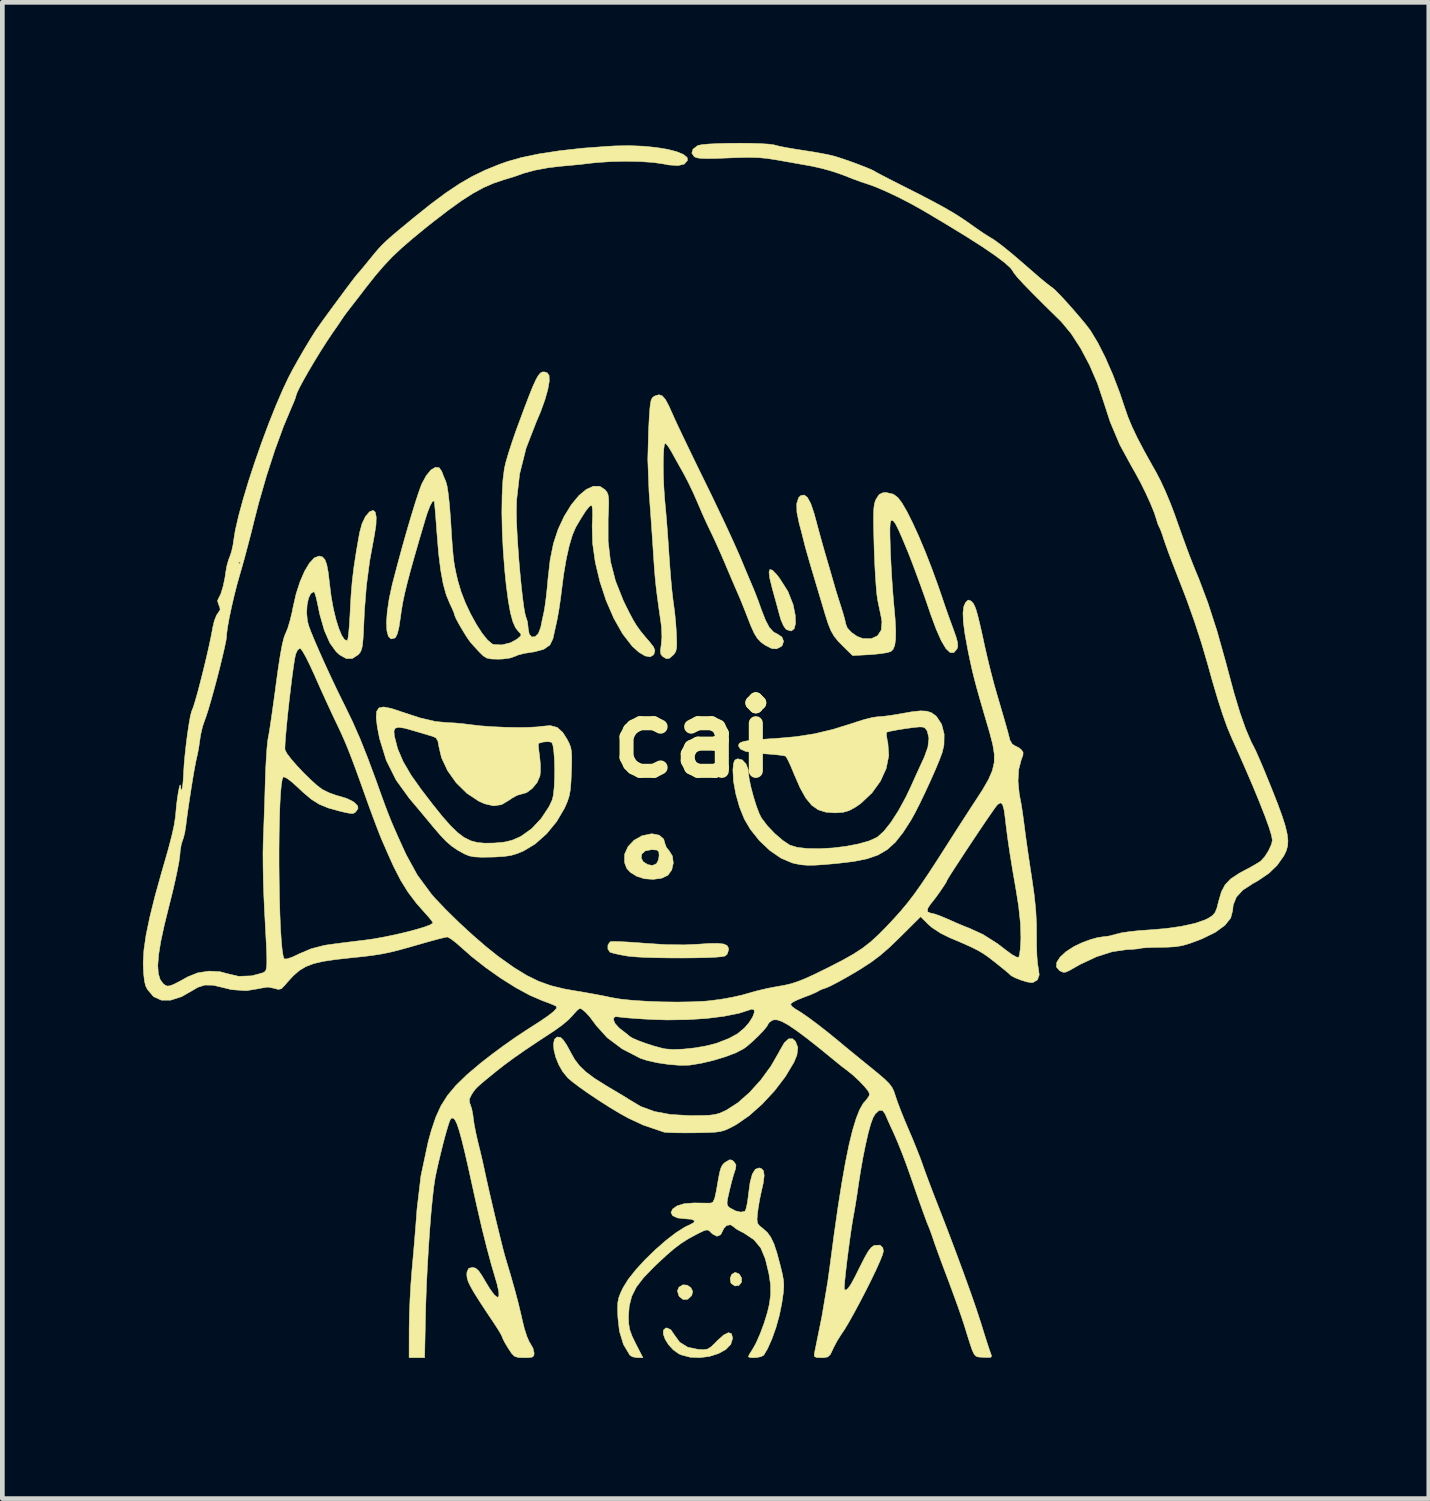
<source format=kicad_pcb>
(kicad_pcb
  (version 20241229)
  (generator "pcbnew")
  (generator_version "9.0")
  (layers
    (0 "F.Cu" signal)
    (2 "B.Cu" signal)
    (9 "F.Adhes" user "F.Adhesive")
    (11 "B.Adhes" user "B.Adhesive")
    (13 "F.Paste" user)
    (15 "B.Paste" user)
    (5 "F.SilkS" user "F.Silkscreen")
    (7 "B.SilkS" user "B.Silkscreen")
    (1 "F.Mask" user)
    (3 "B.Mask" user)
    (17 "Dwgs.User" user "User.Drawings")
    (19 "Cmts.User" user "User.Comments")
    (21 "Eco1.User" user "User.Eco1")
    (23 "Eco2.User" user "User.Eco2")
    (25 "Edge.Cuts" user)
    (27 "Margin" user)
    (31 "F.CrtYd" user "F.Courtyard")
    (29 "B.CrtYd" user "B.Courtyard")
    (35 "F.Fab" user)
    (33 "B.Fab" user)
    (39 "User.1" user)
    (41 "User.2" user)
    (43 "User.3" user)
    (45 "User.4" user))
  (footprint "cai"
    (layer "F.Cu")
    (at 11.731 12.705)
    (property "Reference" "cai" (at 0 0 0) (layer "F.SilkS") (effects (font (size 1.524 1.524) (thickness 0.3))))
    (attr through_hole)
    (fp_poly (pts (xy 0.99 11.424) (xy 1.039 11.509) (xy 1.038 11.597) (xy 0.981 11.668) (xy 0.897 11.678) (xy 0.821 11.628) (xy 0.809 11.609) (xy 0.794 11.516) (xy 0.829 11.43) (xy 0.899 11.388) (xy 0.907 11.388) (xy 0.99 11.424)) (stroke (width 0.01) (type solid)) (fill yes) (layer "F.SilkS"))
    (fp_poly (pts (xy -0.12 11.661) (xy -0.043 11.714) (xy -0.004 11.795) (xy -0.026 11.885) (xy -0.11 11.961) (xy -0.207 11.968) (xy -0.288 11.905) (xy -0.302 11.879) (xy -0.33 11.782) (xy -0.3 11.71) (xy -0.296 11.704) (xy -0.212 11.653) (xy -0.12 11.661)) (stroke (width 0.01) (type solid)) (fill yes) (layer "F.SilkS"))
    (fp_poly (pts (xy 1.7 -3.589) (xy 1.791 -3.493) (xy 1.848 -3.42) (xy 2.027 -3.139) (xy 2.138 -2.857) (xy 2.184 -2.629) (xy 2.19 -2.454) (xy 2.16 -2.341) (xy 2.097 -2.294) (xy 2.005 -2.321) (xy 1.98 -2.339) (xy 1.932 -2.408) (xy 1.88 -2.528) (xy 1.851 -2.625) (xy 1.809 -2.781) (xy 1.755 -2.979) (xy 1.699 -3.181) (xy 1.692 -3.208) (xy 1.64 -3.418) (xy 1.624 -3.551) (xy 1.644 -3.608) (xy 1.7 -3.589)) (stroke (width 0.01) (type solid)) (fill yes) (layer "F.SilkS"))
    (fp_poly (pts (xy -0.471 12.612) (xy -0.403 12.711) (xy -0.281 12.879) (xy -0.108 12.985) (xy 0.107 13.03) (xy 0.228 13.037) (xy 0.311 13.024) (xy 0.385 12.979) (xy 0.479 12.889) (xy 0.519 12.847) (xy 0.655 12.725) (xy 0.757 12.674) (xy 0.822 12.694) (xy 0.847 12.786) (xy 0.847 12.797) (xy 0.808 12.924) (xy 0.702 13.033) (xy 0.545 13.12) (xy 0.355 13.18) (xy 0.149 13.207) (xy -0.058 13.198) (xy -0.249 13.148) (xy -0.303 13.123) (xy -0.42 13.039) (xy -0.519 12.931) (xy -0.592 12.814) (xy -0.631 12.705) (xy -0.629 12.621) (xy -0.58 12.576) (xy -0.552 12.573) (xy -0.471 12.612)) (stroke (width 0.01) (type solid)) (fill yes) (layer "F.SilkS"))
    (fp_poly (pts (xy -1.566 4.332) (xy -1.383 4.341) (xy -1.164 4.356) (xy -1.028 4.367) (xy -0.573 4.396) (xy -0.181 4.401) (xy 0.097 4.388) (xy 0.353 4.371) (xy 0.536 4.369) (xy 0.657 4.383) (xy 0.727 4.414) (xy 0.758 4.466) (xy 0.762 4.505) (xy 0.734 4.596) (xy 0.688 4.639) (xy 0.612 4.654) (xy 0.467 4.666) (xy 0.268 4.674) (xy 0.03 4.679) (xy -0.232 4.681) (xy -0.503 4.68) (xy -0.767 4.676) (xy -1.009 4.669) (xy -1.214 4.658) (xy -1.367 4.644) (xy -1.398 4.64) (xy -1.559 4.611) (xy -1.689 4.582) (xy -1.764 4.559) (xy -1.769 4.557) (xy -1.814 4.489) (xy -1.812 4.402) (xy -1.767 4.338) (xy -1.758 4.334) (xy -1.696 4.329) (xy -1.566 4.332)) (stroke (width 0.01) (type solid)) (fill yes) (layer "F.SilkS"))
    (fp_poly (pts (xy -0.717 2.062) (xy -0.623 2.144) (xy -0.594 2.248) (xy -0.564 2.325) (xy -0.508 2.392) (xy -0.436 2.508) (xy -0.418 2.656) (xy -0.451 2.803) (xy -0.533 2.917) (xy -0.535 2.918) (xy -0.669 2.98) (xy -0.847 3.004) (xy -1.034 2.991) (xy -1.198 2.938) (xy -1.205 2.934) (xy -1.337 2.852) (xy -1.412 2.768) (xy -1.454 2.655) (xy -1.458 2.635) (xy -1.457 2.546) (xy -1.103 2.546) (xy -1.06 2.628) (xy -0.962 2.689) (xy -0.866 2.707) (xy -0.8 2.682) (xy -0.77 2.659) (xy -0.732 2.581) (xy -0.72 2.489) (xy -0.728 2.412) (xy -0.767 2.379) (xy -0.864 2.371) (xy -0.884 2.371) (xy -1.016 2.397) (xy -1.089 2.462) (xy -1.103 2.546) (xy -1.457 2.546) (xy -1.456 2.465) (xy -1.383 2.305) (xy -1.256 2.17) (xy -1.087 2.074) (xy -0.893 2.033) (xy -0.867 2.032) (xy -0.717 2.062)) (stroke (width 0.01) (type solid)) (fill yes) (layer "F.SilkS"))
    (fp_poly (pts (xy -2.823 6.374) (xy -2.77 6.424) (xy -2.698 6.528) (xy -2.622 6.666) (xy -2.618 6.675) (xy -2.526 6.84) (xy -2.419 6.981) (xy -2.283 7.112) (xy -2.103 7.246) (xy -1.864 7.397) (xy -1.792 7.44) (xy -1.631 7.535) (xy -1.495 7.617) (xy -1.402 7.674) (xy -1.373 7.693) (xy -1.114 7.848) (xy -0.819 7.956) (xy -0.476 8.02) (xy -0.07 8.043) (xy -0.024 8.043) (xy 0.197 8.041) (xy 0.356 8.035) (xy 0.472 8.02) (xy 0.569 7.993) (xy 0.667 7.95) (xy 0.723 7.922) (xy 0.963 7.767) (xy 1.211 7.548) (xy 1.45 7.283) (xy 1.665 6.989) (xy 1.841 6.683) (xy 1.852 6.66) (xy 1.95 6.491) (xy 2.042 6.406) (xy 2.128 6.405) (xy 2.188 6.459) (xy 2.239 6.59) (xy 2.219 6.753) (xy 2.155 6.908) (xy 1.973 7.211) (xy 1.742 7.514) (xy 1.479 7.797) (xy 1.203 8.043) (xy 0.933 8.23) (xy 0.889 8.255) (xy 0.776 8.314) (xy 0.683 8.355) (xy 0.59 8.382) (xy 0.478 8.397) (xy 0.326 8.405) (xy 0.116 8.409) (xy 0.042 8.411) (xy -0.176 8.412) (xy -0.369 8.41) (xy -0.518 8.405) (xy -0.606 8.398) (xy -0.614 8.397) (xy -1.061 8.245) (xy -1.376 8.098) (xy -1.557 7.998) (xy -1.77 7.87) (xy -1.996 7.726) (xy -2.218 7.578) (xy -2.418 7.437) (xy -2.577 7.317) (xy -2.667 7.239) (xy -2.775 7.109) (xy -2.862 6.956) (xy -2.926 6.797) (xy -2.964 6.643) (xy -2.973 6.511) (xy -2.952 6.414) (xy -2.897 6.366) (xy -2.823 6.374)) (stroke (width 0.01) (type solid)) (fill yes) (layer "F.SilkS"))
    (fp_poly (pts (xy -0.655 -7.312) (xy -0.586 -7.234) (xy -0.51 -7.091) (xy -0.444 -6.943) (xy -0.395 -6.834) (xy -0.315 -6.661) (xy -0.209 -6.438) (xy -0.083 -6.176) (xy 0.056 -5.888) (xy 0.203 -5.587) (xy 0.234 -5.524) (xy 0.39 -5.205) (xy 0.545 -4.881) (xy 0.693 -4.569) (xy 0.825 -4.284) (xy 0.934 -4.042) (xy 1.014 -3.859) (xy 1.017 -3.852) (xy 1.103 -3.645) (xy 1.183 -3.455) (xy 1.248 -3.302) (xy 1.289 -3.205) (xy 1.293 -3.196) (xy 1.334 -3.094) (xy 1.392 -2.943) (xy 1.453 -2.772) (xy 1.46 -2.752) (xy 1.549 -2.525) (xy 1.632 -2.369) (xy 1.72 -2.273) (xy 1.81 -2.226) (xy 1.899 -2.165) (xy 1.935 -2.076) (xy 1.908 -1.988) (xy 1.881 -1.961) (xy 1.784 -1.913) (xy 1.683 -1.92) (xy 1.552 -1.986) (xy 1.544 -1.99) (xy 1.451 -2.056) (xy 1.377 -2.134) (xy 1.31 -2.242) (xy 1.239 -2.398) (xy 1.167 -2.582) (xy 1.094 -2.769) (xy 1.018 -2.958) (xy 0.954 -3.108) (xy 0.952 -3.111) (xy 0.895 -3.243) (xy 0.817 -3.424) (xy 0.731 -3.626) (xy 0.68 -3.747) (xy 0.59 -3.955) (xy 0.496 -4.165) (xy 0.412 -4.346) (xy 0.375 -4.422) (xy 0.298 -4.584) (xy 0.206 -4.786) (xy 0.118 -4.991) (xy 0.099 -5.035) (xy 0.009 -5.24) (xy -0.094 -5.456) (xy -0.191 -5.642) (xy -0.207 -5.671) (xy -0.3 -5.836) (xy -0.39 -5.997) (xy -0.455 -6.116) (xy -0.519 -6.221) (xy -0.574 -6.289) (xy -0.59 -6.3) (xy -0.609 -6.267) (xy -0.622 -6.165) (xy -0.63 -6.008) (xy -0.632 -5.812) (xy -0.629 -5.59) (xy -0.619 -5.358) (xy -0.604 -5.131) (xy -0.592 -4.995) (xy -0.576 -4.826) (xy -0.557 -4.596) (xy -0.537 -4.331) (xy -0.518 -4.056) (xy -0.509 -3.916) (xy -0.49 -3.651) (xy -0.469 -3.391) (xy -0.447 -3.157) (xy -0.426 -2.974) (xy -0.416 -2.9) (xy -0.39 -2.708) (xy -0.367 -2.478) (xy -0.352 -2.256) (xy -0.351 -2.236) (xy -0.344 -2.054) (xy -0.348 -1.935) (xy -0.365 -1.859) (xy -0.398 -1.805) (xy -0.42 -1.781) (xy -0.502 -1.711) (xy -0.566 -1.703) (xy -0.642 -1.749) (xy -0.684 -1.799) (xy -0.693 -1.876) (xy -0.676 -1.996) (xy -0.661 -2.165) (xy -0.669 -2.367) (xy -0.68 -2.46) (xy -0.725 -2.774) (xy -0.76 -3.029) (xy -0.787 -3.25) (xy -0.808 -3.462) (xy -0.826 -3.69) (xy -0.844 -3.959) (xy -0.845 -3.979) (xy -0.865 -4.277) (xy -0.888 -4.61) (xy -0.912 -4.942) (xy -0.933 -5.23) (xy -0.935 -5.249) (xy -0.962 -5.953) (xy -0.946 -6.561) (xy -0.933 -6.818) (xy -0.921 -7.004) (xy -0.908 -7.131) (xy -0.892 -7.213) (xy -0.87 -7.262) (xy -0.84 -7.291) (xy -0.804 -7.311) (xy -0.725 -7.334) (xy -0.655 -7.312)) (stroke (width 0.01) (type solid)) (fill yes) (layer "F.SilkS"))
    (fp_poly (pts (xy 4.28 -5.211) (xy 4.374 -5.139) (xy 4.459 -5.027) (xy 4.565 -4.845) (xy 4.686 -4.604) (xy 4.818 -4.316) (xy 4.955 -3.99) (xy 5.092 -3.639) (xy 5.226 -3.273) (xy 5.312 -3.023) (xy 5.384 -2.81) (xy 5.469 -2.569) (xy 5.549 -2.351) (xy 5.552 -2.343) (xy 5.615 -2.165) (xy 5.647 -2.045) (xy 5.651 -1.965) (xy 5.633 -1.91) (xy 5.565 -1.832) (xy 5.487 -1.835) (xy 5.399 -1.918) (xy 5.3 -2.084) (xy 5.19 -2.332) (xy 5.068 -2.662) (xy 5.038 -2.752) (xy 4.956 -2.991) (xy 4.859 -3.262) (xy 4.757 -3.539) (xy 4.661 -3.795) (xy 4.579 -4.003) (xy 4.562 -4.043) (xy 4.463 -4.28) (xy 4.388 -4.449) (xy 4.334 -4.56) (xy 4.293 -4.624) (xy 4.261 -4.653) (xy 4.243 -4.657) (xy 4.222 -4.641) (xy 4.209 -4.587) (xy 4.203 -4.483) (xy 4.204 -4.32) (xy 4.211 -4.086) (xy 4.214 -3.99) (xy 4.227 -3.717) (xy 4.243 -3.433) (xy 4.261 -3.167) (xy 4.279 -2.948) (xy 4.283 -2.9) (xy 4.313 -2.569) (xy 4.327 -2.312) (xy 4.324 -2.121) (xy 4.306 -1.987) (xy 4.27 -1.901) (xy 4.221 -1.856) (xy 4.139 -1.832) (xy 3.998 -1.81) (xy 3.826 -1.793) (xy 3.77 -1.789) (xy 3.408 -1.77) (xy 3.228 -1.945) (xy 3.101 -2.074) (xy 3.011 -2.186) (xy 2.942 -2.307) (xy 2.881 -2.462) (xy 2.816 -2.668) (xy 2.759 -2.86) (xy 2.687 -3.099) (xy 2.612 -3.351) (xy 2.557 -3.535) (xy 2.495 -3.745) (xy 2.439 -3.939) (xy 2.395 -4.095) (xy 2.371 -4.191) (xy 2.34 -4.315) (xy 2.298 -4.478) (xy 2.267 -4.592) (xy 2.219 -4.827) (xy 2.215 -5.012) (xy 2.256 -5.139) (xy 2.299 -5.182) (xy 2.374 -5.196) (xy 2.444 -5.142) (xy 2.513 -5.016) (xy 2.583 -4.811) (xy 2.621 -4.672) (xy 2.679 -4.455) (xy 2.749 -4.201) (xy 2.819 -3.954) (xy 2.843 -3.873) (xy 2.901 -3.675) (xy 2.955 -3.488) (xy 2.998 -3.339) (xy 3.015 -3.281) (xy 3.052 -3.153) (xy 3.105 -2.983) (xy 3.161 -2.808) (xy 3.209 -2.653) (xy 3.244 -2.526) (xy 3.259 -2.452) (xy 3.26 -2.447) (xy 3.295 -2.358) (xy 3.385 -2.262) (xy 3.503 -2.18) (xy 3.623 -2.134) (xy 3.806 -2.131) (xy 3.94 -2.193) (xy 4.018 -2.314) (xy 4.033 -2.488) (xy 4.022 -2.564) (xy 3.993 -2.705) (xy 3.957 -2.878) (xy 3.94 -2.963) (xy 3.924 -3.077) (xy 3.908 -3.259) (xy 3.892 -3.49) (xy 3.878 -3.756) (xy 3.867 -4.038) (xy 3.866 -4.085) (xy 3.858 -4.388) (xy 3.853 -4.619) (xy 3.854 -4.79) (xy 3.86 -4.913) (xy 3.872 -5.001) (xy 3.89 -5.066) (xy 3.911 -5.112) (xy 3.976 -5.208) (xy 4.058 -5.245) (xy 4.123 -5.249) (xy 4.28 -5.211)) (stroke (width 0.01) (type solid)) (fill yes) (layer "F.SilkS"))
    (fp_poly (pts (xy -6.439 -0.644) (xy -6.214 -0.57) (xy -6.207 -0.567) (xy -5.819 -0.44) (xy -5.493 -0.364) (xy -5.236 -0.34) (xy -5.082 -0.333) (xy -4.891 -0.315) (xy -4.749 -0.297) (xy -4.534 -0.272) (xy -4.28 -0.253) (xy -4.01 -0.241) (xy -3.745 -0.236) (xy -3.506 -0.239) (xy -3.318 -0.249) (xy -3.239 -0.26) (xy -3.043 -0.277) (xy -2.896 -0.238) (xy -2.778 -0.133) (xy -2.689 0.006) (xy -2.639 0.102) (xy -2.607 0.185) (xy -2.59 0.277) (xy -2.584 0.399) (xy -2.586 0.571) (xy -2.591 0.712) (xy -2.601 0.936) (xy -2.615 1.099) (xy -2.639 1.227) (xy -2.676 1.342) (xy -2.732 1.471) (xy -2.737 1.482) (xy -2.905 1.769) (xy -3.121 2.032) (xy -3.365 2.249) (xy -3.607 2.395) (xy -3.75 2.455) (xy -3.879 2.493) (xy -4.026 2.515) (xy -4.218 2.527) (xy -4.297 2.529) (xy -4.511 2.532) (xy -4.663 2.524) (xy -4.773 2.503) (xy -4.864 2.466) (xy -4.868 2.464) (xy -5.019 2.381) (xy -5.145 2.295) (xy -5.264 2.192) (xy -5.395 2.054) (xy -5.556 1.866) (xy -5.572 1.846) (xy -5.716 1.672) (xy -5.858 1.502) (xy -5.979 1.358) (xy -6.047 1.278) (xy -6.329 0.889) (xy -6.54 0.467) (xy -6.684 0.001) (xy -6.715 -0.158) (xy -6.377 -0.158) (xy -6.368 -0.053) (xy -6.298 0.218) (xy -6.181 0.491) (xy -6.011 0.782) (xy -5.797 1.084) (xy -5.553 1.402) (xy -5.348 1.658) (xy -5.173 1.857) (xy -5.02 2.006) (xy -4.879 2.111) (xy -4.741 2.18) (xy -4.598 2.218) (xy -4.44 2.232) (xy -4.259 2.229) (xy -4.226 2.228) (xy -4.022 2.209) (xy -3.862 2.171) (xy -3.705 2.104) (xy -3.655 2.077) (xy -3.438 1.922) (xy -3.237 1.707) (xy -3.071 1.457) (xy -3.002 1.312) (xy -2.977 1.209) (xy -2.96 1.052) (xy -2.951 0.863) (xy -2.948 0.659) (xy -2.953 0.46) (xy -2.966 0.285) (xy -2.984 0.153) (xy -3.01 0.083) (xy -3.015 0.079) (xy -3.088 0.066) (xy -3.193 0.074) (xy -3.28 0.099) (xy -3.295 0.108) (xy -3.296 0.153) (xy -3.286 0.257) (xy -3.269 0.384) (xy -3.253 0.553) (xy -3.253 0.713) (xy -3.263 0.8) (xy -3.323 0.938) (xy -3.426 1.064) (xy -3.548 1.154) (xy -3.657 1.185) (xy -3.749 1.211) (xy -3.866 1.276) (xy -3.916 1.312) (xy -4.081 1.41) (xy -4.251 1.436) (xy -4.444 1.391) (xy -4.567 1.336) (xy -4.821 1.168) (xy -5.048 0.945) (xy -5.233 0.685) (xy -5.363 0.408) (xy -5.418 0.174) (xy -5.441 0.05) (xy -5.482 -0.015) (xy -5.546 -0.045) (xy -5.638 -0.072) (xy -5.781 -0.115) (xy -5.947 -0.164) (xy -5.961 -0.168) (xy -6.155 -0.222) (xy -6.282 -0.24) (xy -6.352 -0.219) (xy -6.377 -0.158) (xy -6.715 -0.158) (xy -6.732 -0.245) (xy -6.756 -0.445) (xy -6.747 -0.579) (xy -6.697 -0.654) (xy -6.597 -0.674) (xy -6.439 -0.644)) (stroke (width 0.01) (type solid)) (fill yes) (layer "F.SilkS"))
    (fp_poly (pts (xy 4.99 -0.584) (xy 5.091 -0.55) (xy 5.176 -0.489) (xy 5.201 -0.465) (xy 5.307 -0.303) (xy 5.36 -0.094) (xy 5.356 0.138) (xy 5.319 0.296) (xy 5.262 0.45) (xy 5.176 0.657) (xy 5.071 0.895) (xy 4.956 1.144) (xy 4.842 1.382) (xy 4.738 1.586) (xy 4.655 1.736) (xy 4.655 1.737) (xy 4.483 2.004) (xy 4.319 2.212) (xy 4.147 2.368) (xy 3.952 2.483) (xy 3.72 2.564) (xy 3.434 2.622) (xy 3.079 2.664) (xy 3.069 2.665) (xy 2.8 2.689) (xy 2.596 2.702) (xy 2.439 2.703) (xy 2.31 2.693) (xy 2.189 2.67) (xy 2.115 2.652) (xy 1.882 2.553) (xy 1.644 2.39) (xy 1.418 2.177) (xy 1.224 1.933) (xy 1.097 1.716) (xy 0.995 1.463) (xy 0.916 1.183) (xy 0.866 0.91) (xy 0.854 0.673) (xy 0.855 0.653) (xy 0.868 0.525) (xy 0.896 0.459) (xy 0.947 0.434) (xy 0.959 0.432) (xy 1.054 0.456) (xy 1.134 0.542) (xy 1.18 0.665) (xy 1.185 0.721) (xy 1.2 0.854) (xy 1.238 1.037) (xy 1.292 1.241) (xy 1.354 1.439) (xy 1.416 1.603) (xy 1.461 1.692) (xy 1.587 1.859) (xy 1.748 2.028) (xy 1.919 2.175) (xy 2.07 2.274) (xy 2.229 2.322) (xy 2.448 2.346) (xy 2.708 2.349) (xy 2.989 2.333) (xy 3.272 2.298) (xy 3.536 2.247) (xy 3.762 2.183) (xy 3.929 2.106) (xy 3.938 2.1) (xy 4.073 1.979) (xy 4.224 1.789) (xy 4.383 1.543) (xy 4.542 1.252) (xy 4.654 1.016) (xy 4.743 0.818) (xy 4.832 0.623) (xy 4.907 0.46) (xy 4.936 0.398) (xy 5.013 0.183) (xy 5.035 -0.007) (xy 5 -0.158) (xy 4.98 -0.189) (xy 4.948 -0.226) (xy 4.904 -0.245) (xy 4.83 -0.248) (xy 4.708 -0.236) (xy 4.534 -0.212) (xy 4.363 -0.185) (xy 4.227 -0.159) (xy 4.144 -0.138) (xy 4.13 -0.131) (xy 4.129 -0.077) (xy 4.145 0.029) (xy 4.16 0.098) (xy 4.179 0.363) (xy 4.124 0.638) (xy 4.001 0.909) (xy 3.819 1.161) (xy 3.584 1.382) (xy 3.475 1.459) (xy 3.336 1.536) (xy 3.205 1.574) (xy 3.036 1.585) (xy 3.027 1.585) (xy 2.833 1.57) (xy 2.671 1.519) (xy 2.533 1.421) (xy 2.408 1.269) (xy 2.287 1.052) (xy 2.16 0.761) (xy 2.155 0.748) (xy 2.089 0.59) (xy 2.03 0.463) (xy 1.988 0.388) (xy 1.979 0.376) (xy 1.922 0.363) (xy 1.802 0.348) (xy 1.639 0.333) (xy 1.546 0.327) (xy 1.292 0.305) (xy 1.117 0.271) (xy 1.013 0.223) (xy 0.974 0.161) (xy 0.974 0.151) (xy 0.984 0.113) (xy 1.021 0.082) (xy 1.096 0.059) (xy 1.22 0.039) (xy 1.404 0.022) (xy 1.658 0.004) (xy 1.757 -0.002) (xy 2.195 -0.04) (xy 2.596 -0.102) (xy 2.993 -0.197) (xy 3.42 -0.33) (xy 3.502 -0.358) (xy 3.673 -0.411) (xy 3.833 -0.45) (xy 3.949 -0.466) (xy 3.954 -0.466) (xy 4.066 -0.474) (xy 4.229 -0.495) (xy 4.409 -0.525) (xy 4.431 -0.529) (xy 4.676 -0.572) (xy 4.857 -0.591) (xy 4.99 -0.584)) (stroke (width 0.01) (type solid)) (fill yes) (layer "F.SilkS"))
    (fp_poly (pts (xy 0.836 8.994) (xy 0.877 9.029) (xy 0.92 9.097) (xy 0.909 9.183) (xy 0.898 9.215) (xy 0.865 9.316) (xy 0.823 9.467) (xy 0.781 9.637) (xy 0.78 9.643) (xy 0.744 9.801) (xy 0.729 9.898) (xy 0.735 9.954) (xy 0.762 9.991) (xy 0.788 10.011) (xy 0.906 10.075) (xy 1.022 10.102) (xy 1.106 10.086) (xy 1.114 10.079) (xy 1.138 10.018) (xy 1.163 9.898) (xy 1.184 9.743) (xy 1.185 9.728) (xy 1.22 9.469) (xy 1.268 9.29) (xy 1.332 9.188) (xy 1.413 9.159) (xy 1.457 9.17) (xy 1.506 9.219) (xy 1.521 9.322) (xy 1.5 9.487) (xy 1.464 9.646) (xy 1.424 9.832) (xy 1.391 10.033) (xy 1.38 10.118) (xy 1.368 10.253) (xy 1.378 10.335) (xy 1.419 10.393) (xy 1.497 10.455) (xy 1.588 10.536) (xy 1.662 10.639) (xy 1.729 10.78) (xy 1.793 10.973) (xy 1.863 11.235) (xy 1.866 11.247) (xy 1.909 11.425) (xy 1.933 11.558) (xy 1.94 11.676) (xy 1.931 11.809) (xy 1.906 11.986) (xy 1.895 12.056) (xy 1.845 12.303) (xy 1.773 12.562) (xy 1.686 12.808) (xy 1.593 13.017) (xy 1.511 13.155) (xy 1.455 13.185) (xy 1.363 13.204) (xy 1.266 13.209) (xy 1.198 13.198) (xy 1.185 13.183) (xy 1.207 13.134) (xy 1.26 13.05) (xy 1.264 13.045) (xy 1.345 12.902) (xy 1.433 12.703) (xy 1.518 12.475) (xy 1.589 12.245) (xy 1.632 12.065) (xy 1.659 11.858) (xy 1.657 11.651) (xy 1.622 11.418) (xy 1.554 11.136) (xy 1.541 11.09) (xy 1.448 10.867) (xy 1.302 10.691) (xy 1.088 10.548) (xy 1.03 10.519) (xy 0.931 10.465) (xy 0.871 10.418) (xy 0.867 10.413) (xy 0.802 10.372) (xy 0.72 10.388) (xy 0.659 10.451) (xy 0.653 10.467) (xy 0.594 10.583) (xy 0.515 10.618) (xy 0.42 10.57) (xy 0.39 10.541) (xy 0.345 10.497) (xy 0.301 10.482) (xy 0.236 10.499) (xy 0.127 10.551) (xy 0.067 10.582) (xy -0.099 10.672) (xy -0.249 10.767) (xy -0.401 10.882) (xy -0.571 11.028) (xy -0.777 11.22) (xy -0.831 11.272) (xy -1.051 11.499) (xy -1.206 11.701) (xy -1.305 11.898) (xy -1.358 12.107) (xy -1.374 12.324) (xy -1.369 12.484) (xy -1.346 12.615) (xy -1.296 12.752) (xy -1.221 12.906) (xy -1.066 13.208) (xy -1.184 13.208) (xy -1.286 13.19) (xy -1.344 13.155) (xy -1.481 12.926) (xy -1.567 12.643) (xy -1.6 12.35) (xy -1.607 12.164) (xy -1.602 12.032) (xy -1.58 11.924) (xy -1.536 11.811) (xy -1.489 11.714) (xy -1.38 11.538) (xy -1.219 11.335) (xy -1.021 11.119) (xy -0.801 10.905) (xy -0.575 10.707) (xy -0.358 10.54) (xy -0.166 10.419) (xy -0.074 10.376) (xy 0.02 10.326) (xy 0.034 10.284) (xy -0.03 10.255) (xy -0.161 10.245) (xy -0.326 10.227) (xy -0.43 10.18) (xy -0.467 10.113) (xy -0.431 10.036) (xy -0.335 9.968) (xy -0.18 9.921) (xy 0.034 9.906) (xy 0.056 9.907) (xy 0.207 9.909) (xy 0.33 9.91) (xy 0.387 9.909) (xy 0.431 9.884) (xy 0.466 9.805) (xy 0.498 9.658) (xy 0.505 9.62) (xy 0.542 9.404) (xy 0.571 9.255) (xy 0.599 9.158) (xy 0.63 9.097) (xy 0.669 9.056) (xy 0.705 9.03) (xy 0.784 8.986) (xy 0.836 8.994)) (stroke (width 0.01) (type solid)) (fill yes) (layer "F.SilkS"))
    (fp_poly (pts (xy -3.161 -7.82) (xy -3.108 -7.803) (xy -3.108 -7.803) (xy -3.067 -7.745) (xy -3.064 -7.621) (xy -3.095 -7.444) (xy -3.158 -7.223) (xy -3.25 -6.968) (xy -3.342 -6.752) (xy -3.558 -6.195) (xy -3.696 -5.645) (xy -3.76 -5.087) (xy -3.766 -4.838) (xy -3.762 -4.628) (xy -3.75 -4.376) (xy -3.733 -4.099) (xy -3.712 -3.808) (xy -3.687 -3.52) (xy -3.66 -3.247) (xy -3.633 -3.003) (xy -3.606 -2.803) (xy -3.581 -2.661) (xy -3.562 -2.593) (xy -3.528 -2.489) (xy -3.514 -2.358) (xy -3.514 -2.351) (xy -3.491 -2.226) (xy -3.436 -2.167) (xy -3.366 -2.173) (xy -3.297 -2.24) (xy -3.247 -2.368) (xy -3.244 -2.382) (xy -3.218 -2.512) (xy -3.184 -2.668) (xy -3.175 -2.709) (xy -3.155 -2.829) (xy -3.131 -3.007) (xy -3.108 -3.219) (xy -3.091 -3.408) (xy -3.045 -3.814) (xy -2.975 -4.16) (xy -2.874 -4.467) (xy -2.746 -4.74) (xy -2.593 -4.988) (xy -2.433 -5.182) (xy -2.274 -5.315) (xy -2.122 -5.383) (xy -1.985 -5.381) (xy -1.876 -5.31) (xy -1.837 -5.263) (xy -1.812 -5.21) (xy -1.799 -5.136) (xy -1.795 -5.023) (xy -1.8 -4.855) (xy -1.808 -4.689) (xy -1.808 -4.212) (xy -1.758 -3.778) (xy -1.651 -3.362) (xy -1.482 -2.937) (xy -1.367 -2.704) (xy -1.278 -2.537) (xy -1.201 -2.409) (xy -1.117 -2.292) (xy -1.006 -2.157) (xy -0.921 -2.059) (xy -0.838 -1.952) (xy -0.81 -1.876) (xy -0.83 -1.804) (xy -0.843 -1.783) (xy -0.913 -1.742) (xy -1.02 -1.763) (xy -1.151 -1.841) (xy -1.293 -1.968) (xy -1.298 -1.974) (xy -1.501 -2.237) (xy -1.687 -2.566) (xy -1.85 -2.942) (xy -1.983 -3.346) (xy -2.082 -3.759) (xy -2.139 -4.162) (xy -2.149 -4.538) (xy -2.146 -4.597) (xy -2.139 -4.765) (xy -2.142 -4.895) (xy -2.154 -4.967) (xy -2.16 -4.975) (xy -2.205 -4.954) (xy -2.283 -4.859) (xy -2.391 -4.691) (xy -2.502 -4.501) (xy -2.57 -4.341) (xy -2.638 -4.113) (xy -2.701 -3.832) (xy -2.755 -3.514) (xy -2.794 -3.217) (xy -2.822 -2.994) (xy -2.855 -2.768) (xy -2.889 -2.573) (xy -2.904 -2.498) (xy -2.939 -2.34) (xy -2.969 -2.204) (xy -2.986 -2.128) (xy -3.051 -1.995) (xy -3.183 -1.903) (xy -3.385 -1.849) (xy -3.444 -1.841) (xy -3.599 -1.816) (xy -3.733 -1.781) (xy -3.798 -1.753) (xy -3.898 -1.718) (xy -4.05 -1.697) (xy -4.152 -1.693) (xy -4.3 -1.697) (xy -4.397 -1.717) (xy -4.474 -1.765) (xy -4.565 -1.855) (xy -4.566 -1.857) (xy -4.663 -1.962) (xy -4.739 -2.048) (xy -4.764 -2.079) (xy -4.832 -2.178) (xy -4.91 -2.305) (xy -4.986 -2.435) (xy -5.047 -2.547) (xy -5.078 -2.617) (xy -5.08 -2.627) (xy -5.098 -2.686) (xy -5.144 -2.793) (xy -5.182 -2.872) (xy -5.261 -3.062) (xy -5.327 -3.299) (xy -5.38 -3.592) (xy -5.425 -3.951) (xy -5.46 -4.38) (xy -5.477 -4.609) (xy -5.492 -4.807) (xy -5.506 -4.958) (xy -5.516 -5.049) (xy -5.52 -5.069) (xy -5.556 -5.056) (xy -5.605 -4.969) (xy -5.665 -4.815) (xy -5.708 -4.678) (xy -5.836 -4.245) (xy -5.941 -3.881) (xy -6.026 -3.577) (xy -6.093 -3.322) (xy -6.146 -3.106) (xy -6.186 -2.916) (xy -6.216 -2.744) (xy -6.238 -2.586) (xy -6.27 -2.374) (xy -6.304 -2.236) (xy -6.342 -2.159) (xy -6.361 -2.143) (xy -6.44 -2.125) (xy -6.496 -2.18) (xy -6.528 -2.301) (xy -6.536 -2.479) (xy -6.52 -2.707) (xy -6.48 -2.977) (xy -6.415 -3.28) (xy -6.393 -3.365) (xy -6.296 -3.734) (xy -6.197 -4.098) (xy -6.099 -4.443) (xy -6.006 -4.758) (xy -5.922 -5.032) (xy -5.85 -5.251) (xy -5.795 -5.404) (xy -5.781 -5.437) (xy -5.686 -5.612) (xy -5.587 -5.73) (xy -5.492 -5.787) (xy -5.412 -5.778) (xy -5.356 -5.697) (xy -5.352 -5.684) (xy -5.318 -5.593) (xy -5.27 -5.482) (xy -5.244 -5.388) (xy -5.218 -5.22) (xy -5.193 -4.989) (xy -5.171 -4.707) (xy -5.165 -4.614) (xy -5.147 -4.324) (xy -5.131 -4.101) (xy -5.116 -3.928) (xy -5.1 -3.787) (xy -5.08 -3.662) (xy -5.054 -3.534) (xy -5.02 -3.388) (xy -5.01 -3.349) (xy -4.944 -3.127) (xy -4.852 -2.892) (xy -4.741 -2.657) (xy -4.62 -2.438) (xy -4.498 -2.248) (xy -4.383 -2.104) (xy -4.283 -2.02) (xy -4.251 -2.006) (xy -4.076 -1.998) (xy -3.889 -2.044) (xy -3.749 -2.122) (xy -3.677 -2.184) (xy -3.666 -2.225) (xy -3.711 -2.274) (xy -3.717 -2.28) (xy -3.784 -2.364) (xy -3.842 -2.497) (xy -3.893 -2.687) (xy -3.938 -2.94) (xy -3.981 -3.264) (xy -4.011 -3.556) (xy -4.045 -3.988) (xy -4.067 -4.414) (xy -4.075 -4.821) (xy -4.07 -5.191) (xy -4.053 -5.509) (xy -4.022 -5.759) (xy -4.021 -5.762) (xy -3.99 -5.895) (xy -3.934 -6.087) (xy -3.86 -6.316) (xy -3.775 -6.563) (xy -3.721 -6.71) (xy -3.597 -7.044) (xy -3.497 -7.306) (xy -3.417 -7.505) (xy -3.352 -7.648) (xy -3.299 -7.743) (xy -3.252 -7.798) (xy -3.208 -7.821) (xy -3.161 -7.82)) (stroke (width 0.01) (type solid)) (fill yes) (layer "F.SilkS"))
    (fp_poly (pts (xy 1.238 -12.698) (xy 1.449 -12.691) (xy 1.62 -12.68) (xy 1.731 -12.665) (xy 1.752 -12.659) (xy 1.837 -12.637) (xy 1.983 -12.608) (xy 2.169 -12.576) (xy 2.337 -12.55) (xy 2.555 -12.516) (xy 2.765 -12.479) (xy 2.939 -12.443) (xy 3.027 -12.421) (xy 3.175 -12.374) (xy 3.35 -12.314) (xy 3.529 -12.248) (xy 3.692 -12.185) (xy 3.815 -12.133) (xy 3.876 -12.101) (xy 3.928 -12.071) (xy 4.041 -12.011) (xy 4.202 -11.928) (xy 4.396 -11.829) (xy 4.511 -11.771) (xy 4.855 -11.597) (xy 5.134 -11.451) (xy 5.364 -11.326) (xy 5.555 -11.215) (xy 5.723 -11.109) (xy 5.879 -11.003) (xy 5.933 -10.964) (xy 6.079 -10.861) (xy 6.21 -10.772) (xy 6.302 -10.714) (xy 6.314 -10.707) (xy 6.435 -10.632) (xy 6.598 -10.511) (xy 6.807 -10.342) (xy 7.067 -10.119) (xy 7.26 -9.951) (xy 7.404 -9.826) (xy 7.536 -9.718) (xy 7.635 -9.641) (xy 7.662 -9.623) (xy 7.726 -9.568) (xy 7.829 -9.464) (xy 7.958 -9.325) (xy 8.099 -9.167) (xy 8.238 -9.006) (xy 8.363 -8.857) (xy 8.457 -8.735) (xy 8.483 -8.7) (xy 8.638 -8.443) (xy 8.8 -8.123) (xy 8.959 -7.759) (xy 9.108 -7.368) (xy 9.208 -7.07) (xy 9.278 -6.867) (xy 9.367 -6.653) (xy 9.481 -6.413) (xy 9.628 -6.133) (xy 9.813 -5.801) (xy 9.88 -5.683) (xy 9.975 -5.501) (xy 10.082 -5.269) (xy 10.187 -5.017) (xy 10.272 -4.794) (xy 10.378 -4.494) (xy 10.463 -4.257) (xy 10.533 -4.065) (xy 10.595 -3.899) (xy 10.656 -3.743) (xy 10.722 -3.579) (xy 10.792 -3.411) (xy 10.987 -2.893) (xy 11.18 -2.296) (xy 11.368 -1.626) (xy 11.406 -1.482) (xy 11.542 -0.977) (xy 11.67 -0.552) (xy 11.792 -0.205) (xy 11.909 0.069) (xy 11.974 0.193) (xy 12.009 0.266) (xy 12.067 0.396) (xy 12.139 0.563) (xy 12.187 0.677) (xy 12.346 1.067) (xy 12.473 1.389) (xy 12.569 1.651) (xy 12.637 1.863) (xy 12.677 2.034) (xy 12.694 2.173) (xy 12.687 2.289) (xy 12.66 2.39) (xy 12.615 2.485) (xy 12.604 2.505) (xy 12.464 2.704) (xy 12.29 2.872) (xy 12.063 3.027) (xy 11.948 3.092) (xy 11.732 3.232) (xy 11.594 3.382) (xy 11.526 3.551) (xy 11.515 3.667) (xy 11.473 3.828) (xy 11.349 3.984) (xy 11.147 4.132) (xy 10.868 4.269) (xy 10.798 4.297) (xy 10.598 4.371) (xy 10.441 4.417) (xy 10.293 4.441) (xy 10.12 4.451) (xy 9.994 4.453) (xy 9.816 4.456) (xy 9.67 4.462) (xy 9.578 4.469) (xy 9.557 4.474) (xy 9.501 4.485) (xy 9.385 4.496) (xy 9.239 4.504) (xy 8.942 4.548) (xy 8.612 4.654) (xy 8.267 4.815) (xy 8.158 4.876) (xy 8.031 4.949) (xy 7.952 4.984) (xy 7.896 4.985) (xy 7.839 4.96) (xy 7.821 4.95) (xy 7.756 4.875) (xy 7.761 4.777) (xy 7.831 4.665) (xy 7.957 4.548) (xy 8.132 4.435) (xy 8.312 4.35) (xy 8.475 4.29) (xy 8.626 4.248) (xy 8.732 4.231) (xy 8.865 4.215) (xy 9.013 4.178) (xy 9.034 4.171) (xy 9.144 4.144) (xy 9.314 4.119) (xy 9.518 4.097) (xy 9.691 4.085) (xy 10.076 4.054) (xy 10.419 4.006) (xy 10.706 3.943) (xy 10.926 3.868) (xy 10.991 3.836) (xy 11.081 3.778) (xy 11.138 3.714) (xy 11.178 3.618) (xy 11.217 3.463) (xy 11.218 3.462) (xy 11.275 3.267) (xy 11.355 3.117) (xy 11.474 2.993) (xy 11.65 2.876) (xy 11.769 2.812) (xy 11.915 2.734) (xy 12.037 2.663) (xy 12.111 2.616) (xy 12.113 2.614) (xy 12.201 2.518) (xy 12.284 2.386) (xy 12.344 2.253) (xy 12.361 2.168) (xy 12.343 2.065) (xy 12.29 1.892) (xy 12.204 1.654) (xy 12.087 1.357) (xy 11.943 1.007) (xy 11.772 0.61) (xy 11.578 0.171) (xy 11.491 -0.021) (xy 11.399 -0.242) (xy 11.302 -0.513) (xy 11.196 -0.842) (xy 11.079 -1.238) (xy 10.984 -1.58) (xy 10.854 -2.024) (xy 10.699 -2.5) (xy 10.534 -2.963) (xy 10.431 -3.231) (xy 10.329 -3.491) (xy 10.233 -3.739) (xy 10.15 -3.957) (xy 10.087 -4.132) (xy 10.048 -4.245) (xy 10.045 -4.255) (xy 10.003 -4.383) (xy 9.965 -4.48) (xy 9.95 -4.508) (xy 9.918 -4.578) (xy 9.888 -4.678) (xy 9.842 -4.819) (xy 9.763 -5.012) (xy 9.662 -5.235) (xy 9.547 -5.467) (xy 9.428 -5.686) (xy 9.366 -5.793) (xy 9.108 -6.266) (xy 8.902 -6.754) (xy 8.763 -7.182) (xy 8.63 -7.578) (xy 8.463 -7.965) (xy 8.273 -8.324) (xy 8.07 -8.638) (xy 7.863 -8.888) (xy 7.832 -8.919) (xy 7.511 -9.234) (xy 7.252 -9.493) (xy 7.055 -9.695) (xy 6.921 -9.841) (xy 6.849 -9.931) (xy 6.837 -9.953) (xy 6.779 -10.036) (xy 6.65 -10.153) (xy 6.449 -10.304) (xy 6.176 -10.491) (xy 5.829 -10.712) (xy 5.407 -10.97) (xy 4.911 -11.265) (xy 4.646 -11.413) (xy 4.37 -11.555) (xy 4.106 -11.679) (xy 3.875 -11.777) (xy 3.73 -11.828) (xy 3.594 -11.873) (xy 3.416 -11.938) (xy 3.231 -12.01) (xy 3.207 -12.02) (xy 2.998 -12.093) (xy 2.755 -12.162) (xy 2.527 -12.213) (xy 2.508 -12.216) (xy 2.276 -12.257) (xy 2.015 -12.303) (xy 1.779 -12.345) (xy 1.766 -12.347) (xy 1.579 -12.376) (xy 1.391 -12.393) (xy 1.178 -12.398) (xy 0.917 -12.392) (xy 0.75 -12.385) (xy 0.487 -12.375) (xy 0.296 -12.372) (xy 0.165 -12.377) (xy 0.08 -12.39) (xy 0.03 -12.412) (xy 0.029 -12.413) (xy -0.023 -12.489) (xy 0.002 -12.572) (xy 0.098 -12.646) (xy 0.11 -12.652) (xy 0.191 -12.669) (xy 0.339 -12.683) (xy 0.536 -12.692) (xy 0.763 -12.698) (xy 1.003 -12.7) (xy 1.238 -12.698)) (stroke (width 0.01) (type solid)) (fill yes) (layer "F.SilkS"))
    (fp_poly (pts (xy -1.053 -12.636) (xy -0.781 -12.609) (xy -0.541 -12.57) (xy -0.344 -12.519) (xy -0.201 -12.46) (xy -0.122 -12.395) (xy -0.114 -12.334) (xy -0.183 -12.255) (xy -0.315 -12.223) (xy -0.513 -12.236) (xy -0.622 -12.257) (xy -0.84 -12.289) (xy -1.116 -12.308) (xy -1.425 -12.315) (xy -1.742 -12.308) (xy -2.042 -12.288) (xy -2.159 -12.276) (xy -2.371 -12.251) (xy -2.613 -12.227) (xy -2.815 -12.209) (xy -3.095 -12.176) (xy -3.371 -12.124) (xy -3.611 -12.059) (xy -3.704 -12.025) (xy -3.789 -11.995) (xy -3.924 -11.953) (xy -4.043 -11.917) (xy -4.256 -11.845) (xy -4.469 -11.752) (xy -4.692 -11.63) (xy -4.937 -11.473) (xy -5.215 -11.273) (xy -5.538 -11.025) (xy -5.694 -10.901) (xy -5.979 -10.667) (xy -6.213 -10.465) (xy -6.412 -10.278) (xy -6.593 -10.086) (xy -6.775 -9.874) (xy -6.973 -9.624) (xy -7.027 -9.553) (xy -7.153 -9.389) (xy -7.263 -9.247) (xy -7.345 -9.141) (xy -7.387 -9.087) (xy -7.387 -9.087) (xy -7.448 -9.004) (xy -7.472 -8.968) (xy -7.517 -8.901) (xy -7.593 -8.788) (xy -7.686 -8.655) (xy -7.688 -8.652) (xy -7.808 -8.473) (xy -7.938 -8.27) (xy -8.069 -8.056) (xy -8.194 -7.845) (xy -8.304 -7.651) (xy -8.392 -7.488) (xy -8.448 -7.369) (xy -8.467 -7.311) (xy -8.483 -7.255) (xy -8.524 -7.152) (xy -8.549 -7.096) (xy -8.734 -6.656) (xy -8.918 -6.153) (xy -9.096 -5.604) (xy -9.261 -5.031) (xy -9.357 -4.657) (xy -9.425 -4.382) (xy -9.498 -4.103) (xy -9.567 -3.843) (xy -9.628 -3.627) (xy -9.658 -3.523) (xy -9.721 -3.301) (xy -9.784 -3.055) (xy -9.842 -2.804) (xy -9.892 -2.568) (xy -9.928 -2.366) (xy -9.947 -2.218) (xy -9.948 -2.18) (xy -9.959 -2.094) (xy -9.99 -1.944) (xy -10.036 -1.746) (xy -10.092 -1.515) (xy -10.155 -1.269) (xy -10.221 -1.024) (xy -10.285 -0.796) (xy -10.342 -0.602) (xy -10.389 -0.458) (xy -10.411 -0.399) (xy -10.46 -0.257) (xy -10.501 -0.08) (xy -10.517 0.024) (xy -10.54 0.185) (xy -10.567 0.332) (xy -10.584 0.402) (xy -10.604 0.495) (xy -10.634 0.652) (xy -10.669 0.856) (xy -10.706 1.088) (xy -10.743 1.328) (xy -10.777 1.559) (xy -10.804 1.761) (xy -10.816 1.859) (xy -10.839 2.006) (xy -10.87 2.128) (xy -10.888 2.174) (xy -10.915 2.263) (xy -10.937 2.4) (xy -10.945 2.495) (xy -10.96 2.61) (xy -10.993 2.789) (xy -11.041 3.016) (xy -11.1 3.272) (xy -11.167 3.541) (xy -11.17 3.551) (xy -11.275 3.975) (xy -11.351 4.326) (xy -11.397 4.611) (xy -11.415 4.837) (xy -11.404 5.011) (xy -11.365 5.14) (xy -11.299 5.23) (xy -11.257 5.262) (xy -11.213 5.28) (xy -11.157 5.275) (xy -11.073 5.243) (xy -10.946 5.178) (xy -10.774 5.082) (xy -10.562 4.998) (xy -10.32 4.961) (xy -10.085 4.974) (xy -9.95 5.011) (xy -9.69 5.072) (xy -9.415 5.062) (xy -9.25 5.019) (xy -9.199 5.004) (xy -9.159 4.991) (xy -9.128 4.971) (xy -9.107 4.935) (xy -9.094 4.874) (xy -9.089 4.78) (xy -9.09 4.642) (xy -9.097 4.452) (xy -9.11 4.2) (xy -9.127 3.878) (xy -9.139 3.662) (xy -9.153 3.348) (xy -9.164 3.023) (xy -9.169 2.711) (xy -9.171 2.436) (xy -9.169 2.363) (xy -8.829 2.363) (xy -8.829 2.714) (xy -8.825 3.067) (xy -8.819 3.41) (xy -8.81 3.734) (xy -8.798 4.028) (xy -8.782 4.282) (xy -8.764 4.485) (xy -8.743 4.627) (xy -8.72 4.698) (xy -8.715 4.702) (xy -8.655 4.699) (xy -8.545 4.662) (xy -8.409 4.598) (xy -8.402 4.594) (xy -8.142 4.484) (xy -7.868 4.413) (xy -7.848 4.409) (xy -7.689 4.386) (xy -7.474 4.358) (xy -7.233 4.328) (xy -7.006 4.301) (xy -6.802 4.272) (xy -6.575 4.231) (xy -6.34 4.182) (xy -6.11 4.128) (xy -5.902 4.073) (xy -5.729 4.021) (xy -5.606 3.975) (xy -5.548 3.939) (xy -5.546 3.932) (xy -5.572 3.887) (xy -5.639 3.805) (xy -5.678 3.762) (xy -5.898 3.513) (xy -6.078 3.275) (xy -6.235 3.021) (xy -6.386 2.726) (xy -6.479 2.519) (xy -6.516 2.436) (xy -6.572 2.307) (xy -6.628 2.18) (xy -6.682 2.049) (xy -6.755 1.859) (xy -6.84 1.633) (xy -6.928 1.392) (xy -6.964 1.291) (xy -7.09 0.939) (xy -7.193 0.654) (xy -7.28 0.421) (xy -7.356 0.227) (xy -7.426 0.058) (xy -7.496 -0.1) (xy -7.571 -0.261) (xy -7.609 -0.339) (xy -7.7 -0.532) (xy -7.812 -0.774) (xy -7.931 -1.036) (xy -8.045 -1.291) (xy -8.063 -1.333) (xy -8.165 -1.556) (xy -8.254 -1.736) (xy -8.325 -1.861) (xy -8.372 -1.922) (xy -8.381 -1.926) (xy -8.432 -1.89) (xy -8.473 -1.802) (xy -8.474 -1.799) (xy -8.495 -1.698) (xy -8.52 -1.535) (xy -8.549 -1.325) (xy -8.579 -1.082) (xy -8.61 -0.823) (xy -8.639 -0.562) (xy -8.664 -0.313) (xy -8.684 -0.093) (xy -8.698 0.084) (xy -8.703 0.203) (xy -8.7 0.244) (xy -8.658 0.323) (xy -8.567 0.442) (xy -8.442 0.585) (xy -8.298 0.737) (xy -8.15 0.882) (xy -8.014 1.004) (xy -7.906 1.085) (xy -7.764 1.156) (xy -7.596 1.216) (xy -7.533 1.232) (xy -7.386 1.277) (xy -7.258 1.339) (xy -7.217 1.369) (xy -7.15 1.438) (xy -7.144 1.491) (xy -7.175 1.541) (xy -7.21 1.581) (xy -7.253 1.599) (xy -7.323 1.595) (xy -7.441 1.571) (xy -7.544 1.546) (xy -7.781 1.48) (xy -7.97 1.402) (xy -8.139 1.296) (xy -8.317 1.146) (xy -8.414 1.054) (xy -8.547 0.933) (xy -8.655 0.85) (xy -8.726 0.817) (xy -8.737 0.818) (xy -8.76 0.868) (xy -8.78 0.992) (xy -8.797 1.181) (xy -8.81 1.422) (xy -8.819 1.707) (xy -8.826 2.024) (xy -8.829 2.363) (xy -9.169 2.363) (xy -9.167 2.219) (xy -9.166 2.201) (xy -9.157 1.97) (xy -9.147 1.683) (xy -9.136 1.371) (xy -9.127 1.063) (xy -9.123 0.922) (xy -9.114 0.664) (xy -9.101 0.422) (xy -9.087 0.215) (xy -9.072 0.061) (xy -9.061 -0.01) (xy -9.043 -0.104) (xy -9.017 -0.268) (xy -8.985 -0.485) (xy -8.949 -0.742) (xy -8.91 -1.023) (xy -8.894 -1.147) (xy -8.845 -1.505) (xy -8.801 -1.786) (xy -8.762 -1.997) (xy -8.726 -2.145) (xy -8.692 -2.238) (xy -8.686 -2.248) (xy -8.642 -2.354) (xy -8.594 -2.516) (xy -8.548 -2.706) (xy -8.531 -2.794) (xy -8.465 -3.085) (xy -8.38 -3.347) (xy -8.283 -3.571) (xy -8.18 -3.743) (xy -8.075 -3.855) (xy -7.975 -3.893) (xy -7.972 -3.893) (xy -7.903 -3.875) (xy -7.851 -3.82) (xy -7.811 -3.715) (xy -7.78 -3.55) (xy -7.752 -3.314) (xy -7.748 -3.279) (xy -7.715 -3.019) (xy -7.669 -2.769) (xy -7.614 -2.541) (xy -7.553 -2.347) (xy -7.491 -2.199) (xy -7.431 -2.109) (xy -7.377 -2.09) (xy -7.371 -2.093) (xy -7.357 -2.14) (xy -7.342 -2.257) (xy -7.328 -2.428) (xy -7.315 -2.637) (xy -7.31 -2.74) (xy -7.292 -3.063) (xy -7.267 -3.364) (xy -7.23 -3.667) (xy -7.179 -3.999) (xy -7.111 -4.386) (xy -7.108 -4.4) (xy -7.057 -4.587) (xy -6.984 -4.738) (xy -6.898 -4.838) (xy -6.822 -4.868) (xy -6.776 -4.83) (xy -6.755 -4.723) (xy -6.76 -4.559) (xy -6.792 -4.351) (xy -6.895 -3.789) (xy -6.964 -3.263) (xy -7.006 -2.733) (xy -7.015 -2.542) (xy -7.026 -2.291) (xy -7.037 -2.11) (xy -7.05 -1.985) (xy -7.068 -1.902) (xy -7.093 -1.845) (xy -7.127 -1.802) (xy -7.138 -1.79) (xy -7.262 -1.708) (xy -7.392 -1.705) (xy -7.534 -1.784) (xy -7.609 -1.852) (xy -7.744 -2.038) (xy -7.861 -2.305) (xy -7.961 -2.654) (xy -8.005 -2.868) (xy -8.035 -3.004) (xy -8.065 -3.1) (xy -8.086 -3.133) (xy -8.151 -3.094) (xy -8.2 -2.992) (xy -8.23 -2.848) (xy -8.239 -2.68) (xy -8.223 -2.511) (xy -8.198 -2.413) (xy -8.149 -2.281) (xy -8.07 -2.089) (xy -7.968 -1.854) (xy -7.851 -1.592) (xy -7.725 -1.319) (xy -7.598 -1.051) (xy -7.478 -0.805) (xy -7.414 -0.677) (xy -7.257 -0.352) (xy -7.1 0.004) (xy -6.939 0.409) (xy -6.764 0.879) (xy -6.753 0.91) (xy -6.653 1.19) (xy -6.573 1.409) (xy -6.505 1.589) (xy -6.442 1.748) (xy -6.374 1.907) (xy -6.295 2.086) (xy -6.196 2.305) (xy -6.114 2.483) (xy -5.879 2.911) (xy -5.582 3.314) (xy -5.504 3.404) (xy -5.266 3.654) (xy -4.99 3.924) (xy -4.697 4.194) (xy -4.41 4.442) (xy -4.152 4.648) (xy -4.125 4.667) (xy -3.817 4.886) (xy -3.545 5.053) (xy -3.29 5.178) (xy -3.03 5.271) (xy -2.743 5.341) (xy -2.54 5.377) (xy -2.306 5.416) (xy -2.073 5.458) (xy -1.869 5.497) (xy -1.736 5.526) (xy -1.544 5.558) (xy -1.287 5.585) (xy -0.986 5.604) (xy -0.661 5.617) (xy -0.33 5.621) (xy -0.016 5.616) (xy 0.264 5.602) (xy 0.36 5.593) (xy 0.593 5.563) (xy 0.835 5.52) (xy 1.05 5.472) (xy 1.143 5.445) (xy 1.355 5.385) (xy 1.596 5.328) (xy 1.799 5.29) (xy 1.958 5.262) (xy 2.099 5.229) (xy 2.24 5.183) (xy 2.4 5.119) (xy 2.595 5.03) (xy 2.843 4.908) (xy 2.9 4.88) (xy 3.193 4.729) (xy 3.427 4.597) (xy 3.621 4.471) (xy 3.793 4.337) (xy 3.962 4.182) (xy 4.108 4.035) (xy 4.284 3.848) (xy 4.439 3.675) (xy 4.477 3.629) (xy 5.006 3.629) (xy 5.008 3.698) (xy 5.075 3.725) (xy 5.079 3.725) (xy 5.157 3.742) (xy 5.285 3.788) (xy 5.436 3.851) (xy 5.449 3.857) (xy 5.619 3.933) (xy 5.783 4.002) (xy 5.904 4.049) (xy 6.19 4.18) (xy 6.497 4.375) (xy 6.684 4.518) (xy 6.809 4.61) (xy 6.904 4.662) (xy 6.951 4.666) (xy 6.968 4.609) (xy 6.984 4.489) (xy 6.994 4.328) (xy 6.997 4.251) (xy 6.988 3.944) (xy 6.948 3.571) (xy 6.895 3.239) (xy 6.82 2.804) (xy 6.761 2.438) (xy 6.715 2.125) (xy 6.68 1.853) (xy 6.664 1.709) (xy 6.638 1.52) (xy 6.607 1.409) (xy 6.565 1.371) (xy 6.51 1.4) (xy 6.474 1.439) (xy 6.423 1.509) (xy 6.338 1.631) (xy 6.227 1.793) (xy 6.1 1.982) (xy 5.964 2.185) (xy 5.827 2.392) (xy 5.698 2.589) (xy 5.584 2.763) (xy 5.494 2.903) (xy 5.436 2.997) (xy 5.419 3.03) (xy 5.396 3.078) (xy 5.336 3.17) (xy 5.256 3.287) (xy 5.17 3.405) (xy 5.094 3.503) (xy 5.069 3.531) (xy 5.006 3.629) (xy 4.477 3.629) (xy 4.583 3.502) (xy 4.725 3.316) (xy 4.875 3.104) (xy 5.044 2.853) (xy 5.241 2.55) (xy 5.356 2.37) (xy 5.513 2.124) (xy 5.665 1.886) (xy 5.803 1.673) (xy 5.916 1.498) (xy 5.996 1.375) (xy 6.01 1.355) (xy 6.183 1.088) (xy 6.308 0.87) (xy 6.388 0.684) (xy 6.428 0.51) (xy 6.429 0.33) (xy 6.397 0.127) (xy 6.333 -0.118) (xy 6.306 -0.212) (xy 6.203 -0.563) (xy 6.12 -0.849) (xy 6.054 -1.084) (xy 6.001 -1.284) (xy 5.957 -1.464) (xy 5.918 -1.638) (xy 5.879 -1.823) (xy 5.863 -1.905) (xy 5.803 -2.234) (xy 5.769 -2.491) (xy 5.762 -2.684) (xy 5.78 -2.82) (xy 5.816 -2.901) (xy 5.871 -2.955) (xy 5.925 -2.939) (xy 5.943 -2.925) (xy 5.976 -2.89) (xy 6.008 -2.835) (xy 6.04 -2.751) (xy 6.076 -2.625) (xy 6.12 -2.446) (xy 6.175 -2.204) (xy 6.221 -1.99) (xy 6.281 -1.727) (xy 6.35 -1.444) (xy 6.42 -1.176) (xy 6.477 -0.974) (xy 6.579 -0.626) (xy 6.658 -0.355) (xy 6.715 -0.153) (xy 6.751 -0.016) (xy 6.762 0.03) (xy 6.811 0.116) (xy 6.862 0.15) (xy 6.961 0.201) (xy 7.005 0.238) (xy 7.043 0.289) (xy 7.042 0.351) (xy 7.003 0.456) (xy 7.003 0.458) (xy 6.951 0.658) (xy 6.936 0.906) (xy 6.961 1.172) (xy 6.976 1.254) (xy 7.002 1.391) (xy 7.032 1.58) (xy 7.06 1.786) (xy 7.07 1.863) (xy 7.094 2.05) (xy 7.128 2.294) (xy 7.168 2.568) (xy 7.21 2.847) (xy 7.228 2.963) (xy 7.281 3.334) (xy 7.314 3.654) (xy 7.33 3.954) (xy 7.331 4.212) (xy 7.332 4.433) (xy 7.339 4.634) (xy 7.352 4.795) (xy 7.368 4.894) (xy 7.369 4.898) (xy 7.388 5.042) (xy 7.349 5.149) (xy 7.259 5.203) (xy 7.222 5.207) (xy 7.127 5.192) (xy 7.002 5.154) (xy 6.88 5.106) (xy 6.792 5.06) (xy 6.773 5.043) (xy 6.733 5.006) (xy 6.642 4.93) (xy 6.517 4.829) (xy 6.453 4.778) (xy 6.323 4.676) (xy 6.208 4.595) (xy 6.088 4.523) (xy 5.947 4.452) (xy 5.766 4.37) (xy 5.528 4.269) (xy 5.482 4.25) (xy 5.28 4.15) (xy 5.101 4.032) (xy 5.022 3.964) (xy 4.858 3.8) (xy 4.408 4.247) (xy 4.187 4.46) (xy 3.992 4.629) (xy 3.796 4.775) (xy 3.572 4.92) (xy 3.45 4.994) (xy 3.256 5.106) (xy 3.08 5.203) (xy 2.939 5.276) (xy 2.849 5.316) (xy 2.836 5.32) (xy 2.735 5.355) (xy 2.68 5.385) (xy 2.616 5.419) (xy 2.498 5.47) (xy 2.365 5.52) (xy 2.228 5.575) (xy 2.127 5.627) (xy 2.085 5.663) (xy 2.108 5.711) (xy 2.185 5.769) (xy 2.204 5.78) (xy 2.315 5.848) (xy 2.476 5.96) (xy 2.669 6.104) (xy 2.879 6.268) (xy 3.09 6.44) (xy 3.109 6.456) (xy 3.218 6.547) (xy 3.374 6.675) (xy 3.557 6.825) (xy 3.748 6.98) (xy 3.781 7.006) (xy 3.967 7.159) (xy 4.099 7.273) (xy 4.188 7.362) (xy 4.246 7.439) (xy 4.285 7.517) (xy 4.317 7.611) (xy 4.319 7.62) (xy 4.365 7.755) (xy 4.436 7.941) (xy 4.52 8.15) (xy 4.592 8.319) (xy 4.684 8.534) (xy 4.773 8.754) (xy 4.849 8.947) (xy 4.89 9.059) (xy 4.941 9.205) (xy 5.015 9.405) (xy 5.101 9.632) (xy 5.19 9.863) (xy 5.199 9.885) (xy 5.404 10.413) (xy 5.594 10.914) (xy 5.765 11.376) (xy 5.915 11.791) (xy 6.04 12.15) (xy 6.136 12.443) (xy 6.157 12.509) (xy 6.22 12.713) (xy 6.278 12.895) (xy 6.324 13.035) (xy 6.352 13.114) (xy 6.353 13.115) (xy 6.372 13.174) (xy 6.353 13.201) (xy 6.279 13.204) (xy 6.197 13.2) (xy 6.125 13.196) (xy 6.071 13.19) (xy 6.029 13.168) (xy 5.993 13.121) (xy 5.955 13.036) (xy 5.91 12.903) (xy 5.849 12.71) (xy 5.787 12.509) (xy 5.733 12.346) (xy 5.658 12.128) (xy 5.568 11.881) (xy 5.475 11.628) (xy 5.442 11.54) (xy 5.354 11.307) (xy 5.272 11.087) (xy 5.203 10.897) (xy 5.153 10.758) (xy 5.139 10.715) (xy 5.093 10.579) (xy 5.051 10.466) (xy 5.039 10.435) (xy 4.99 10.315) (xy 4.917 10.116) (xy 4.818 9.84) (xy 4.696 9.489) (xy 4.632 9.305) (xy 4.547 9.067) (xy 4.454 8.822) (xy 4.364 8.6) (xy 4.294 8.437) (xy 4.218 8.273) (xy 4.153 8.128) (xy 4.109 8.026) (xy 4.102 8.009) (xy 4.045 7.933) (xy 3.97 7.934) (xy 3.891 8.007) (xy 3.844 8.086) (xy 3.796 8.215) (xy 3.741 8.412) (xy 3.684 8.662) (xy 3.626 8.948) (xy 3.573 9.253) (xy 3.534 9.504) (xy 3.503 9.716) (xy 3.47 9.926) (xy 3.44 10.101) (xy 3.429 10.16) (xy 3.403 10.31) (xy 3.373 10.503) (xy 3.342 10.724) (xy 3.311 10.956) (xy 3.282 11.185) (xy 3.258 11.395) (xy 3.24 11.57) (xy 3.231 11.694) (xy 3.231 11.753) (xy 3.232 11.755) (xy 3.267 11.765) (xy 3.313 11.727) (xy 3.376 11.634) (xy 3.461 11.477) (xy 3.559 11.279) (xy 3.663 11.074) (xy 3.742 10.936) (xy 3.807 10.854) (xy 3.863 10.816) (xy 3.874 10.812) (xy 3.991 10.806) (xy 4.052 10.863) (xy 4.064 10.94) (xy 4.044 11.015) (xy 3.99 11.149) (xy 3.909 11.33) (xy 3.807 11.543) (xy 3.692 11.773) (xy 3.57 12.008) (xy 3.449 12.234) (xy 3.337 12.435) (xy 3.239 12.6) (xy 3.171 12.701) (xy 3.083 12.839) (xy 3 12.995) (xy 2.986 13.028) (xy 2.932 13.139) (xy 2.878 13.191) (xy 2.794 13.207) (xy 2.74 13.208) (xy 2.634 13.203) (xy 2.591 13.179) (xy 2.591 13.123) (xy 2.593 13.113) (xy 2.752 12.329) (xy 2.877 11.584) (xy 2.919 11.282) (xy 3.009 10.603) (xy 3.094 10.005) (xy 3.176 9.485) (xy 3.255 9.038) (xy 3.332 8.661) (xy 3.408 8.35) (xy 3.484 8.102) (xy 3.559 7.913) (xy 3.636 7.779) (xy 3.701 7.707) (xy 3.757 7.627) (xy 3.768 7.579) (xy 3.738 7.517) (xy 3.658 7.419) (xy 3.546 7.302) (xy 3.419 7.183) (xy 3.291 7.08) (xy 3.269 7.063) (xy 3.191 7.005) (xy 3.079 6.915) (xy 3.002 6.852) (xy 2.682 6.591) (xy 2.418 6.383) (xy 2.204 6.224) (xy 2.035 6.11) (xy 1.902 6.037) (xy 1.802 6.002) (xy 1.727 6) (xy 1.692 6.012) (xy 1.625 6.059) (xy 1.608 6.087) (xy 1.577 6.143) (xy 1.499 6.237) (xy 1.39 6.35) (xy 1.269 6.465) (xy 1.153 6.565) (xy 1.077 6.62) (xy 0.915 6.704) (xy 0.694 6.788) (xy 0.442 6.864) (xy 0.183 6.926) (xy -0.055 6.965) (xy -0.085 6.968) (xy -0.276 6.971) (xy -0.509 6.953) (xy -0.75 6.918) (xy -0.969 6.87) (xy -1.122 6.82) (xy -1.511 6.618) (xy -1.829 6.38) (xy -2.072 6.11) (xy -2.095 6.075) (xy -2.151 6.002) (xy -1.693 6.002) (xy -1.66 6.079) (xy -1.575 6.173) (xy -1.535 6.205) (xy -1.436 6.281) (xy -1.368 6.336) (xy -1.355 6.349) (xy -1.29 6.39) (xy -1.166 6.444) (xy -1.005 6.503) (xy -0.831 6.559) (xy -0.665 6.604) (xy -0.593 6.62) (xy -0.425 6.633) (xy -0.204 6.625) (xy 0.041 6.599) (xy 0.282 6.557) (xy 0.491 6.504) (xy 0.515 6.496) (xy 0.765 6.399) (xy 0.953 6.297) (xy 1.101 6.173) (xy 1.196 6.063) (xy 1.273 5.944) (xy 1.31 5.846) (xy 1.305 5.784) (xy 1.254 5.773) (xy 1.238 5.779) (xy 0.986 5.86) (xy 0.665 5.924) (xy 0.292 5.971) (xy -0.119 5.997) (xy -0.552 6.003) (xy -0.847 5.994) (xy -1.071 5.982) (xy -1.276 5.968) (xy -1.442 5.955) (xy -1.546 5.943) (xy -1.556 5.942) (xy -1.65 5.932) (xy -1.688 5.958) (xy -1.693 6.002) (xy -2.151 6.002) (xy -2.195 5.942) (xy -2.295 5.833) (xy -2.377 5.768) (xy -2.409 5.757) (xy -2.458 5.788) (xy -2.532 5.866) (xy -2.562 5.902) (xy -2.653 5.998) (xy -2.789 6.112) (xy -2.941 6.222) (xy -2.954 6.231) (xy -3.297 6.456) (xy -3.58 6.646) (xy -3.817 6.811) (xy -4.019 6.96) (xy -4.199 7.101) (xy -4.233 7.129) (xy -4.399 7.264) (xy -4.513 7.359) (xy -4.588 7.426) (xy -4.638 7.477) (xy -4.676 7.526) (xy -4.715 7.585) (xy -4.719 7.59) (xy -4.768 7.691) (xy -4.762 7.774) (xy -4.75 7.802) (xy -4.717 7.902) (xy -4.691 8.04) (xy -4.686 8.086) (xy -4.667 8.221) (xy -4.633 8.401) (xy -4.59 8.591) (xy -4.584 8.615) (xy -4.534 8.817) (xy -4.485 9.027) (xy -4.447 9.201) (xy -4.446 9.207) (xy -4.405 9.395) (xy -4.353 9.628) (xy -4.292 9.891) (xy -4.228 10.164) (xy -4.163 10.433) (xy -4.103 10.678) (xy -4.052 10.882) (xy -4.013 11.029) (xy -4.001 11.07) (xy -3.887 11.453) (xy -3.796 11.773) (xy -3.723 12.05) (xy -3.663 12.302) (xy -3.642 12.396) (xy -3.595 12.588) (xy -3.541 12.755) (xy -3.49 12.872) (xy -3.472 12.899) (xy -3.411 13.007) (xy -3.387 13.108) (xy -3.394 13.167) (xy -3.432 13.197) (xy -3.52 13.207) (xy -3.599 13.208) (xy -3.723 13.204) (xy -3.802 13.18) (xy -3.865 13.119) (xy -3.938 13.009) (xy -4.008 12.893) (xy -4.053 12.806) (xy -4.064 12.774) (xy -4.086 12.724) (xy -4.144 12.624) (xy -4.226 12.497) (xy -4.233 12.486) (xy -4.421 12.205) (xy -4.566 11.983) (xy -4.673 11.812) (xy -4.747 11.681) (xy -4.794 11.581) (xy -4.817 11.503) (xy -4.823 11.435) (xy -4.819 11.381) (xy -4.783 11.302) (xy -4.701 11.282) (xy -4.634 11.298) (xy -4.57 11.355) (xy -4.493 11.468) (xy -4.454 11.536) (xy -4.332 11.738) (xy -4.237 11.867) (xy -4.172 11.92) (xy -4.139 11.899) (xy -4.14 11.803) (xy -4.178 11.633) (xy -4.208 11.532) (xy -4.303 11.208) (xy -4.401 10.843) (xy -4.505 10.426) (xy -4.616 9.944) (xy -4.699 9.568) (xy -4.789 9.16) (xy -4.865 8.828) (xy -4.929 8.567) (xy -4.983 8.37) (xy -5.029 8.231) (xy -5.07 8.143) (xy -5.106 8.1) (xy -5.141 8.096) (xy -5.168 8.115) (xy -5.193 8.17) (xy -5.232 8.291) (xy -5.281 8.461) (xy -5.335 8.665) (xy -5.389 8.884) (xy -5.441 9.104) (xy -5.485 9.306) (xy -5.499 9.377) (xy -5.527 9.561) (xy -5.556 9.815) (xy -5.586 10.126) (xy -5.614 10.48) (xy -5.64 10.862) (xy -5.663 11.258) (xy -5.683 11.655) (xy -5.697 12.038) (xy -5.703 12.266) (xy -5.723 13.208) (xy -6.054 13.208) (xy -6.053 12.584) (xy -6.048 12.3) (xy -6.035 11.971) (xy -6.016 11.633) (xy -5.992 11.325) (xy -5.988 11.282) (xy -5.962 10.992) (xy -5.935 10.676) (xy -5.91 10.368) (xy -5.89 10.103) (xy -5.887 10.054) (xy -5.802 9.332) (xy -5.646 8.598) (xy -5.58 8.361) (xy -5.486 8.08) (xy -5.375 7.836) (xy -5.234 7.613) (xy -5.053 7.397) (xy -4.82 7.171) (xy -4.525 6.922) (xy -4.51 6.91) (xy -4.283 6.734) (xy -4.029 6.546) (xy -3.777 6.369) (xy -3.556 6.223) (xy -3.536 6.21) (xy -3.28 6.046) (xy -3.093 5.919) (xy -2.972 5.824) (xy -2.911 5.758) (xy -2.906 5.718) (xy -2.91 5.714) (xy -2.964 5.687) (xy -3.074 5.642) (xy -3.217 5.589) (xy -3.217 5.589) (xy -3.479 5.476) (xy -3.779 5.313) (xy -4.1 5.111) (xy -4.423 4.883) (xy -4.729 4.642) (xy -4.928 4.466) (xy -5.052 4.357) (xy -5.159 4.275) (xy -5.23 4.235) (xy -5.239 4.233) (xy -5.303 4.245) (xy -5.428 4.276) (xy -5.596 4.321) (xy -5.751 4.365) (xy -6.043 4.449) (xy -6.275 4.513) (xy -6.469 4.561) (xy -6.647 4.597) (xy -6.829 4.625) (xy -7.037 4.651) (xy -7.29 4.677) (xy -7.622 4.714) (xy -7.883 4.753) (xy -8.09 4.801) (xy -8.255 4.864) (xy -8.395 4.948) (xy -8.523 5.059) (xy -8.655 5.203) (xy -8.706 5.264) (xy -8.778 5.337) (xy -8.846 5.352) (xy -8.932 5.328) (xy -9.066 5.302) (xy -9.215 5.325) (xy -9.24 5.332) (xy -9.529 5.379) (xy -9.84 5.357) (xy -10.012 5.315) (xy -10.234 5.262) (xy -10.41 5.259) (xy -10.562 5.307) (xy -10.642 5.355) (xy -10.906 5.506) (xy -11.139 5.581) (xy -11.34 5.581) (xy -11.506 5.505) (xy -11.635 5.353) (xy -11.673 5.279) (xy -11.698 5.18) (xy -11.717 5.02) (xy -11.726 4.826) (xy -11.726 4.763) (xy -11.711 4.507) (xy -11.665 4.191) (xy -11.586 3.811) (xy -11.475 3.362) (xy -11.33 2.842) (xy -11.285 2.688) (xy -11.189 2.352) (xy -11.118 2.081) (xy -11.069 1.862) (xy -11.04 1.681) (xy -11.029 1.566) (xy -11.016 1.424) (xy -10.998 1.278) (xy -10.977 1.146) (xy -10.957 1.045) (xy -10.94 0.989) (xy -10.929 0.997) (xy -10.928 1.012) (xy -10.918 1.096) (xy -10.906 1.105) (xy -10.891 1.049) (xy -10.877 0.937) (xy -10.866 0.779) (xy -10.862 0.693) (xy -10.851 0.518) (xy -10.831 0.31) (xy -10.806 0.087) (xy -10.777 -0.131) (xy -10.747 -0.328) (xy -10.719 -0.483) (xy -10.694 -0.579) (xy -10.687 -0.596) (xy -10.658 -0.669) (xy -10.615 -0.808) (xy -10.561 -0.998) (xy -10.502 -1.224) (xy -10.44 -1.47) (xy -10.38 -1.72) (xy -10.325 -1.959) (xy -10.28 -2.17) (xy -10.248 -2.338) (xy -10.244 -2.364) (xy -10.21 -2.509) (xy -10.162 -2.63) (xy -10.133 -2.673) (xy -10.084 -2.748) (xy -10.097 -2.817) (xy -10.111 -2.842) (xy -10.141 -2.936) (xy -10.126 -2.977) (xy -10.072 -3.081) (xy -10.022 -3.244) (xy -9.981 -3.438) (xy -9.968 -3.535) (xy -9.941 -3.687) (xy -9.924 -3.747) (xy -9.694 -3.747) (xy -9.673 -3.725) (xy -9.652 -3.747) (xy -9.673 -3.768) (xy -9.694 -3.747) (xy -9.924 -3.747) (xy -9.901 -3.825) (xy -9.883 -3.868) (xy -9.843 -3.983) (xy -9.809 -4.136) (xy -9.8 -4.206) (xy -9.761 -4.447) (xy -9.691 -4.75) (xy -9.595 -5.103) (xy -9.479 -5.49) (xy -9.345 -5.898) (xy -9.2 -6.313) (xy -9.048 -6.721) (xy -8.893 -7.108) (xy -8.741 -7.46) (xy -8.625 -7.705) (xy -8.537 -7.873) (xy -8.419 -8.084) (xy -8.288 -8.31) (xy -8.16 -8.522) (xy -8.053 -8.693) (xy -8.049 -8.699) (xy -7.989 -8.786) (xy -7.895 -8.918) (xy -7.778 -9.079) (xy -7.648 -9.256) (xy -7.515 -9.436) (xy -7.39 -9.605) (xy -7.282 -9.748) (xy -7.202 -9.853) (xy -7.16 -9.904) (xy -7.158 -9.906) (xy -7.122 -9.946) (xy -7.046 -10.037) (xy -6.944 -10.161) (xy -6.893 -10.224) (xy -6.795 -10.344) (xy -6.711 -10.443) (xy -6.628 -10.531) (xy -6.534 -10.622) (xy -6.417 -10.726) (xy -6.265 -10.854) (xy -6.065 -11.019) (xy -5.948 -11.116) (xy -5.589 -11.403) (xy -5.273 -11.638) (xy -4.985 -11.831) (xy -4.71 -11.99) (xy -4.433 -12.125) (xy -4.137 -12.245) (xy -3.955 -12.31) (xy -3.653 -12.396) (xy -3.279 -12.473) (xy -2.845 -12.539) (xy -2.363 -12.593) (xy -1.845 -12.632) (xy -1.651 -12.643) (xy -1.347 -12.648) (xy -1.053 -12.636)) (stroke (width 0.01) (type solid)) (fill yes) (layer "F.SilkS")))
  (gr_rect
    (start -3 -3)
    (end 27.43 28.919)
    (stroke (width 0.1) (type default))
    (fill no)
    (layer "Edge.Cuts")))
</source>
